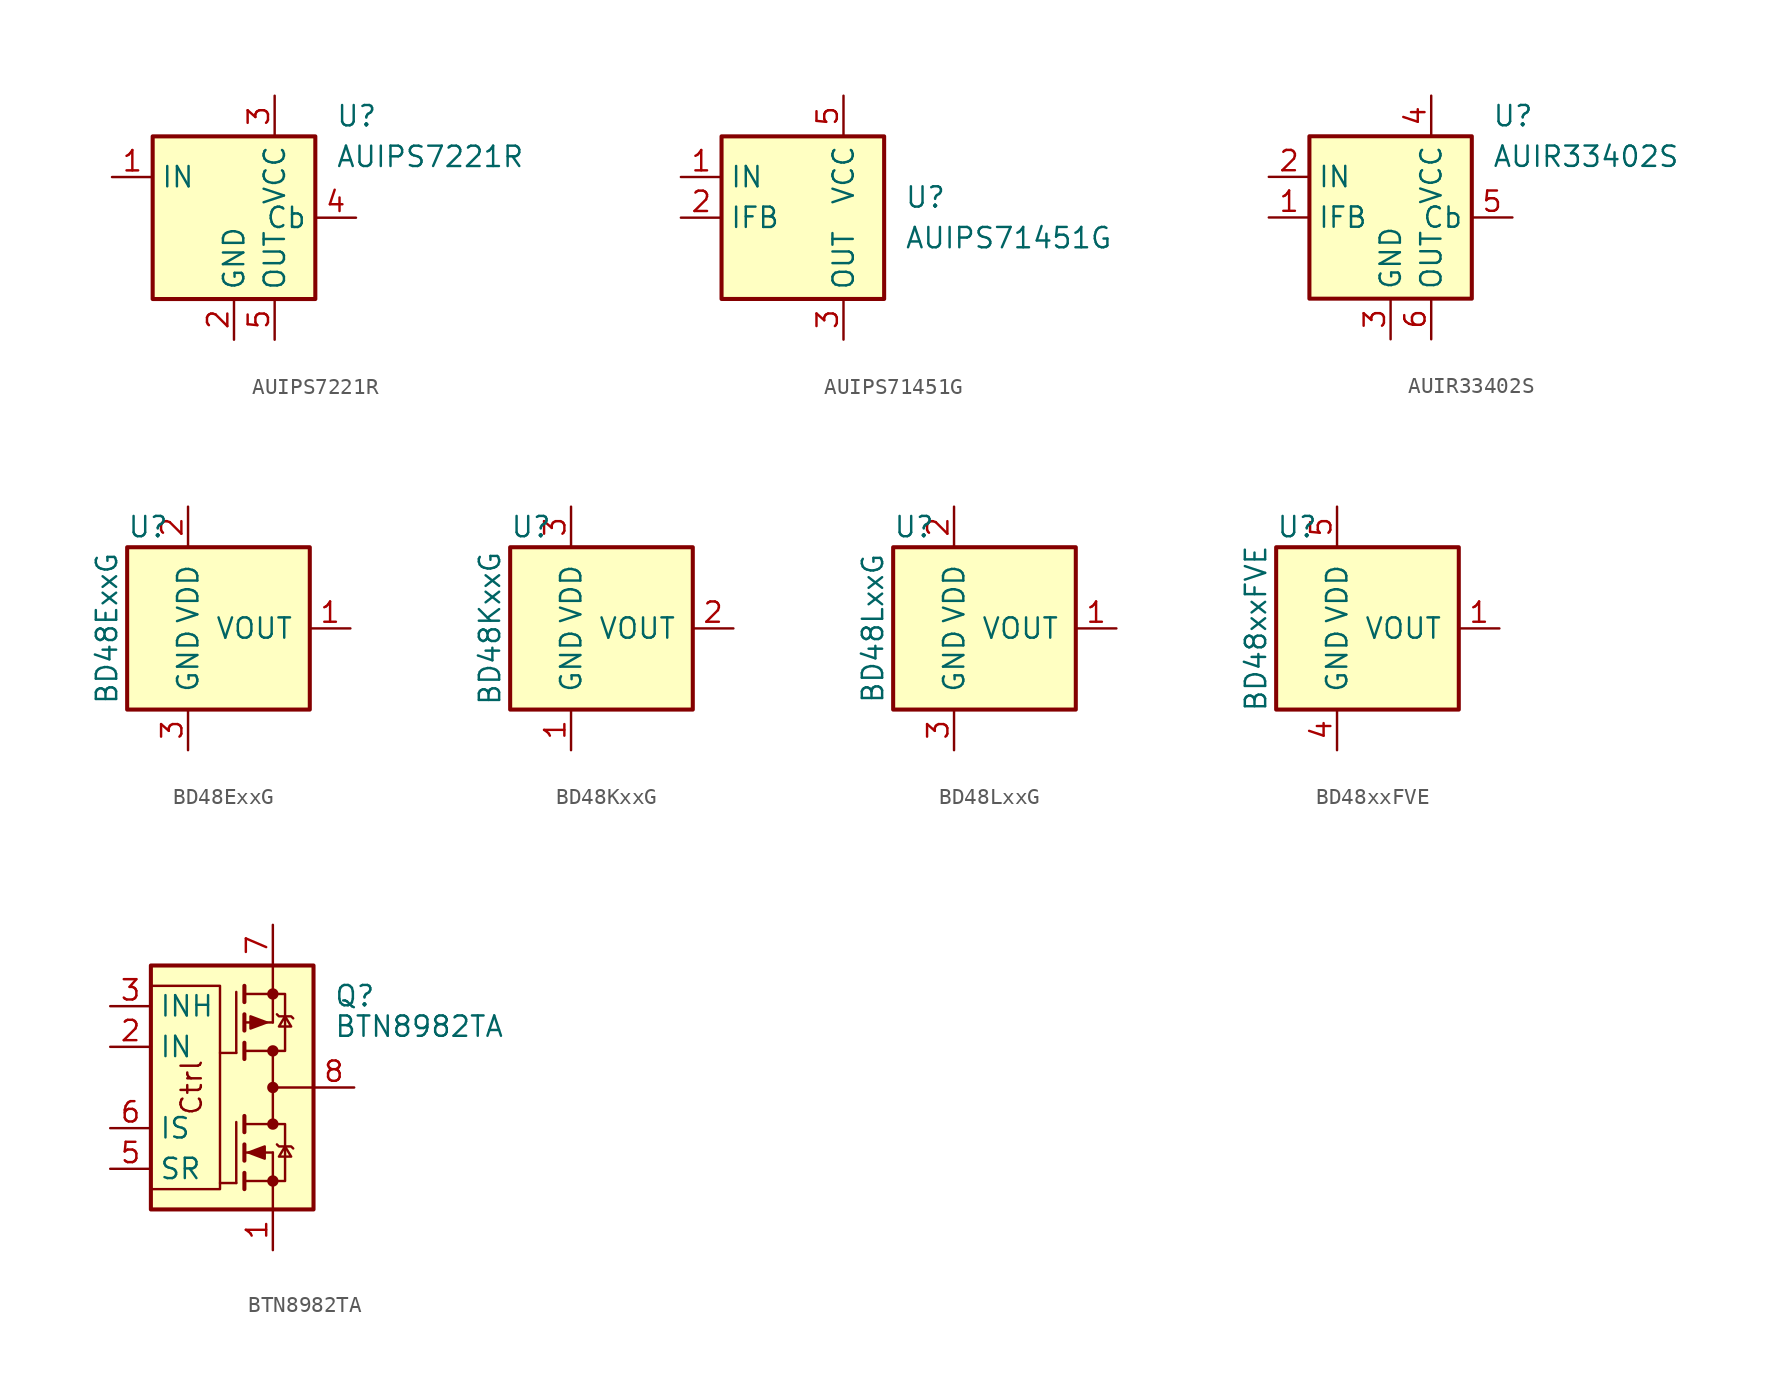
<source format=kicad_sym>
(kicad_symbol_lib
  (version 20201005)
  (generator kicad_symbol_editor)
  (symbol "Power_Management:AUIPS7221R"
    (property "Reference" "U"
      (at 3.81 6.35 0)
      (effects (font (size 1.27 1.27)) (justify left)))
    (property "Value" "AUIPS7221R"
      (at 3.81 3.81 0)
      (effects (font (size 1.27 1.27)) (justify left)))
    (symbol "AUIPS7221R_0_1"
      (rectangle (start -7.62 5.08) (end 2.54 -5.08) (stroke (width 0.254)) (fill (type background))))
    (symbol "AUIPS7221R_1_1"
      (pin input line (at -10.16 2.54 0) (length 2.54) (name "IN" (effects (font (size 1.27 1.27)))) (number "1" (effects (font (size 1.27 1.27)))))
      (pin power_in line (at -2.54 -7.62 90) (length 2.54) (name "GND" (effects (font (size 1.27 1.27)))) (number "2" (effects (font (size 1.27 1.27)))))
      (pin power_in line (at 0 7.62 270) (length 2.54) (name "VCC" (effects (font (size 1.27 1.27)))) (number "3" (effects (font (size 1.27 1.27)))))
      (pin passive line (at 5.08 0 180) (length 2.54) (name "Cb" (effects (font (size 1.27 1.27)))) (number "4" (effects (font (size 1.27 1.27)))))
      (pin power_out line (at 0 -7.62 90) (length 2.54) (name "OUT" (effects (font (size 1.27 1.27)))) (number "5" (effects (font (size 1.27 1.27)))))))
  (symbol "Power_Management:AUIPS71451G"
    (property "Reference" "U"
      (at 3.81 1.27 0)
      (effects (font (size 1.27 1.27)) (justify left)))
    (property "Value" "AUIPS71451G"
      (at 3.81 -1.27 0)
      (effects (font (size 1.27 1.27)) (justify left)))
    (symbol "AUIPS71451G_0_1"
      (rectangle (start -7.62 5.08) (end 2.54 -5.08) (stroke (width 0.254)) (fill (type background))))
    (symbol "AUIPS71451G_1_1"
      (pin input line (at -10.16 2.54 0) (length 2.54) (name "IN" (effects (font (size 1.27 1.27)))) (number "1" (effects (font (size 1.27 1.27)))))
      (pin output line (at -10.16 0 0) (length 2.54) (name "IFB" (effects (font (size 1.27 1.27)))) (number "2" (effects (font (size 1.27 1.27)))))
      (pin power_out line (at 0 -7.62 90) (length 2.54) (name "OUT" (effects (font (size 1.27 1.27)))) (number "3" (effects (font (size 1.27 1.27)))))
      (pin passive line (at 0 -7.62 90) (length 2.54) hide (name "OUT" (effects (font (size 1.27 1.27)))) (number "4" (effects (font (size 1.27 1.27)))))
      (pin power_in line (at 0 7.62 270) (length 2.54) (name "VCC" (effects (font (size 1.27 1.27)))) (number "5" (effects (font (size 1.27 1.27)))))
      (pin passive line (at 0 7.62 270) (length 2.54) hide (name "VCC" (effects (font (size 1.27 1.27)))) (number "6" (effects (font (size 1.27 1.27)))))
      (pin passive line (at 0 7.62 270) (length 2.54) hide (name "VCC" (effects (font (size 1.27 1.27)))) (number "7" (effects (font (size 1.27 1.27)))))
      (pin passive line (at 0 7.62 270) (length 2.54) hide (name "VCC" (effects (font (size 1.27 1.27)))) (number "8" (effects (font (size 1.27 1.27)))))))
  (symbol "Power_Management:AUIR33402S"
    (property "Reference" "U"
      (at 3.81 6.35 0)
      (effects (font (size 1.27 1.27)) (justify left)))
    (property "Value" "AUIR33402S"
      (at 3.81 3.81 0)
      (effects (font (size 1.27 1.27)) (justify left)))
    (symbol "AUIR33402S_0_1"
      (rectangle (start -7.62 5.08) (end 2.54 -5.08) (stroke (width 0.254)) (fill (type background))))
    (symbol "AUIR33402S_1_1"
      (pin output line (at -10.16 0 0) (length 2.54) (name "IFB" (effects (font (size 1.27 1.27)))) (number "1" (effects (font (size 1.27 1.27)))))
      (pin input line (at -10.16 2.54 0) (length 2.54) (name "IN" (effects (font (size 1.27 1.27)))) (number "2" (effects (font (size 1.27 1.27)))))
      (pin power_in line (at -2.54 -7.62 90) (length 2.54) (name "GND" (effects (font (size 1.27 1.27)))) (number "3" (effects (font (size 1.27 1.27)))))
      (pin power_in line (at 0 7.62 270) (length 2.54) (name "VCC" (effects (font (size 1.27 1.27)))) (number "4" (effects (font (size 1.27 1.27)))))
      (pin passive line (at 5.08 0 180) (length 2.54) (name "Cb" (effects (font (size 1.27 1.27)))) (number "5" (effects (font (size 1.27 1.27)))))
      (pin power_out line (at 0 -7.62 90) (length 2.54) (name "OUT" (effects (font (size 1.27 1.27)))) (number "6" (effects (font (size 1.27 1.27)))))
      (pin passive line (at 0 -7.62 90) (length 2.54) hide (name "OUT" (effects (font (size 1.27 1.27)))) (number "7" (effects (font (size 1.27 1.27)))))))
  (symbol "Power_Management:BD48ExxG"
    (pin_names
      (offset 1.016))
    (property "Reference" "U"
      (at -3.81 6.35 0)
      (effects (font (size 1.27 1.27)) (justify left)))
    (property "Value" "BD48ExxG"
      (at -5.08 0 90)
      (effects (font (size 1.27 1.27))))
    (symbol "BD48ExxG_1_1"
      (rectangle (start -3.81 5.08) (end 7.62 -5.08) (stroke (width 0.254)) (fill (type background)))
      (pin output line (at 10.16 0 180) (length 2.54) (name "VOUT" (effects (font (size 1.27 1.27)))) (number "1" (effects (font (size 1.27 1.27)))))
      (pin power_in line (at 0 7.62 270) (length 2.54) (name "VDD" (effects (font (size 1.27 1.27)))) (number "2" (effects (font (size 1.27 1.27)))))
      (pin power_in line (at 0 -7.62 90) (length 2.54) (name "GND" (effects (font (size 1.27 1.27)))) (number "3" (effects (font (size 1.27 1.27)))))))
  (symbol "Power_Management:BD48KxxG"
    (pin_names
      (offset 1.016))
    (property "Reference" "U"
      (at -3.81 6.35 0)
      (effects (font (size 1.27 1.27)) (justify left)))
    (property "Value" "BD48KxxG"
      (at -5.08 0 90)
      (effects (font (size 1.27 1.27))))
    (symbol "BD48KxxG_1_1"
      (rectangle (start -3.81 5.08) (end 7.62 -5.08) (stroke (width 0.254)) (fill (type background)))
      (pin power_in line (at 0 -7.62 90) (length 2.54) (name "GND" (effects (font (size 1.27 1.27)))) (number "1" (effects (font (size 1.27 1.27)))))
      (pin output line (at 10.16 0 180) (length 2.54) (name "VOUT" (effects (font (size 1.27 1.27)))) (number "2" (effects (font (size 1.27 1.27)))))
      (pin power_in line (at 0 7.62 270) (length 2.54) (name "VDD" (effects (font (size 1.27 1.27)))) (number "3" (effects (font (size 1.27 1.27)))))))
  (symbol "Power_Management:BD48LxxG"
    (pin_names
      (offset 1.016))
    (property "Reference" "U"
      (at -3.81 6.35 0)
      (effects (font (size 1.27 1.27)) (justify left)))
    (property "Value" "BD48LxxG"
      (at -5.08 0 90)
      (effects (font (size 1.27 1.27))))
    (symbol "BD48LxxG_1_1"
      (rectangle (start -3.81 5.08) (end 7.62 -5.08) (stroke (width 0.254)) (fill (type background)))
      (pin output line (at 10.16 0 180) (length 2.54) (name "VOUT" (effects (font (size 1.27 1.27)))) (number "1" (effects (font (size 1.27 1.27)))))
      (pin power_in line (at 0 7.62 270) (length 2.54) (name "VDD" (effects (font (size 1.27 1.27)))) (number "2" (effects (font (size 1.27 1.27)))))
      (pin power_in line (at 0 -7.62 90) (length 2.54) (name "GND" (effects (font (size 1.27 1.27)))) (number "3" (effects (font (size 1.27 1.27)))))))
  (symbol "Power_Management:BD48xxFVE"
    (pin_names
      (offset 1.016))
    (property "Reference" "U"
      (at -3.81 6.35 0)
      (effects (font (size 1.27 1.27)) (justify left)))
    (property "Value" "BD48xxFVE"
      (at -5.08 0 90)
      (effects (font (size 1.27 1.27))))
    (symbol "BD48xxFVE_1_1"
      (rectangle (start -3.81 5.08) (end 7.62 -5.08) (stroke (width 0.254)) (fill (type background)))
      (pin output line (at 10.16 0 180) (length 2.54) (name "VOUT" (effects (font (size 1.27 1.27)))) (number "1" (effects (font (size 1.27 1.27)))))
      (pin passive line (at 0 -7.62 90) (length 2.54) hide (name "GND" (effects (font (size 1.27 1.27)))) (number "2" (effects (font (size 1.27 1.27)))))
      (pin power_in line (at 0 -7.62 90) (length 2.54) (name "GND" (effects (font (size 1.27 1.27)))) (number "4" (effects (font (size 1.27 1.27)))))
      (pin power_in line (at 0 7.62 270) (length 2.54) (name "VDD" (effects (font (size 1.27 1.27)))) (number "5" (effects (font (size 1.27 1.27)))))))
  (symbol "Power_Management:BTN8982TA"
    (property "Reference" "Q"
      (at 6.35 5.715 0)
      (effects (font (size 1.27 1.27)) (justify left)))
    (property "Value" "BTN8982TA"
      (at 6.35 3.81 0)
      (effects (font (size 1.27 1.27)) (justify left)))
    (symbol "BTN8982TA_0_1"
      (rectangle (start -5.08 7.62) (end 5.08 -7.62) (stroke (width 0.254)) (fill (type background)))
      (polyline (pts (xy 0.254 -5.969) (xy -0.762 -5.969)) (stroke (width 0)) (fill (type none)))
      (polyline (pts (xy 0.254 2.159) (xy -0.762 2.159)) (stroke (width 0)) (fill (type none)))
      (polyline (pts (xy 2.54 0) (xy 5.08 0)) (stroke (width 0)) (fill (type none)))
      (polyline (pts (xy 2.54 2.286) (xy 2.54 -2.286)) (stroke (width 0)) (fill (type none)))
      (polyline (pts (xy 2.54 -5.842) (xy 2.54 -7.62) (xy 2.54 -6.858)) (stroke (width 0)) (fill (type none)))
      (polyline (pts (xy -5.08 6.35) (xy -0.762 6.35) (xy -0.762 -6.35) (xy -5.08 -6.35)) (stroke (width 0)) (fill (type none))))
    (symbol "BTN8982TA_1_0"
      (text "Ctrl" (at -2.54 0 900) (effects (font (size 1.27 1.27)))))
    (symbol "BTN8982TA_1_1"
      (circle (center 2.54 -5.842) (radius 0.279) (stroke (width 0)) (fill (type outline)))
      (circle (center 2.54 -2.286) (radius 0.279) (stroke (width 0)) (fill (type outline)))
      (circle (center 2.54 0) (radius 0.279) (stroke (width 0)) (fill (type outline)))
      (circle (center 2.54 2.286) (radius 0.279) (stroke (width 0)) (fill (type outline)))
      (circle (center 2.54 5.842) (radius 0.279) (stroke (width 0)) (fill (type outline)))
      (polyline (pts (xy 0.762 -5.842) (xy 2.54 -5.842)) (stroke (width 0)) (fill (type none)))
      (polyline (pts (xy 0.762 -5.334) (xy 0.762 -6.35)) (stroke (width 0.254)) (fill (type none)))
      (polyline (pts (xy 0.762 -4.064) (xy 2.54 -4.064)) (stroke (width 0)) (fill (type none)))
      (polyline (pts (xy 0.762 -3.556) (xy 0.762 -4.572)) (stroke (width 0.254)) (fill (type none)))
      (polyline (pts (xy 0.762 -2.286) (xy 2.54 -2.286)) (stroke (width 0)) (fill (type none)))
      (polyline (pts (xy 0.762 -1.778) (xy 0.762 -2.794)) (stroke (width 0.254)) (fill (type none)))
      (polyline (pts (xy 0.762 2.286) (xy 2.54 2.286)) (stroke (width 0)) (fill (type none)))
      (polyline (pts (xy 0.762 2.794) (xy 0.762 1.778)) (stroke (width 0.254)) (fill (type none)))
      (polyline (pts (xy 0.762 4.064) (xy 2.54 4.064)) (stroke (width 0)) (fill (type none)))
      (polyline (pts (xy 0.762 4.572) (xy 0.762 3.556)) (stroke (width 0.254)) (fill (type none)))
      (polyline (pts (xy 0.762 5.842) (xy 2.54 5.842)) (stroke (width 0)) (fill (type none)))
      (polyline (pts (xy 0.762 6.35) (xy 0.762 5.334)) (stroke (width 0.254)) (fill (type none)))
      (polyline (pts (xy 2.54 -5.842) (xy 2.54 -4.064)) (stroke (width 0)) (fill (type none)))
      (polyline (pts (xy 2.54 4.064) (xy 2.54 5.842)) (stroke (width 0)) (fill (type none)))
      (polyline (pts (xy 2.54 7.62) (xy 2.54 5.842)) (stroke (width 0)) (fill (type none)))
      (polyline (pts (xy 0.254 -2.159) (xy 0.254 -5.969) (xy 0.254 -5.969)) (stroke (width 0)) (fill (type none)))
      (polyline (pts (xy 0.254 5.969) (xy 0.254 2.159) (xy 0.254 2.159)) (stroke (width 0)) (fill (type none)))
      (polyline (pts (xy 2.54 -5.842) (xy 3.302 -5.842) (xy 3.302 -2.286) (xy 2.54 -2.286)) (stroke (width 0)) (fill (type none)))
      (polyline (pts (xy 2.54 2.286) (xy 3.302 2.286) (xy 3.302 5.842) (xy 2.54 5.842)) (stroke (width 0)) (fill (type none)))
      (polyline (pts (xy 2.794 -3.556) (xy 2.921 -3.683) (xy 3.683 -3.683) (xy 3.81 -3.81)) (stroke (width 0)) (fill (type none)))
      (polyline (pts (xy 2.794 4.572) (xy 2.921 4.445) (xy 3.683 4.445) (xy 3.81 4.318)) (stroke (width 0)) (fill (type none)))
      (polyline (pts (xy 3.302 -3.683) (xy 2.921 -4.318) (xy 3.683 -4.318) (xy 3.302 -3.683)) (stroke (width 0)) (fill (type none)))
      (polyline (pts (xy 3.302 4.445) (xy 2.921 3.81) (xy 3.683 3.81) (xy 3.302 4.445)) (stroke (width 0)) (fill (type none)))
      (polyline (pts (xy 1.016 -4.064) (xy 2.032 -3.683) (xy 2.032 -4.445) (xy 1.016 -4.064)) (stroke (width 0)) (fill (type outline)))
      (polyline (pts (xy 2.159 4.064) (xy 1.143 3.683) (xy 1.143 4.445) (xy 2.159 4.064)) (stroke (width 0)) (fill (type outline)))
      (pin power_in line (at 2.54 -10.16 90) (length 2.54) (name "~" (effects (font (size 1.27 1.27)))) (number "1" (effects (font (size 1.27 1.27)))))
      (pin input line (at -7.62 2.54 0) (length 2.54) (name "IN" (effects (font (size 1.27 1.27)))) (number "2" (effects (font (size 1.27 1.27)))))
      (pin input line (at -7.62 5.08 0) (length 2.54) (name "INH" (effects (font (size 1.27 1.27)))) (number "3" (effects (font (size 1.27 1.27)))))
      (pin passive line (at 7.62 0 180) (length 2.54) hide (name "~" (effects (font (size 1.27 1.27)))) (number "4" (effects (font (size 1.27 1.27)))))
      (pin input line (at -7.62 -5.08 0) (length 2.54) (name "SR" (effects (font (size 1.27 1.27)))) (number "5" (effects (font (size 1.27 1.27)))))
      (pin output line (at -7.62 -2.54 0) (length 2.54) (name "IS" (effects (font (size 1.27 1.27)))) (number "6" (effects (font (size 1.27 1.27)))))
      (pin power_in line (at 2.54 10.16 270) (length 2.54) (name "~" (effects (font (size 1.27 1.27)))) (number "7" (effects (font (size 1.27 1.27)))))
      (pin passive line (at 7.62 0 180) (length 2.54) (name "~" (effects (font (size 1.27 1.27)))) (number "8" (effects (font (size 1.27 1.27))))))))
</source>
